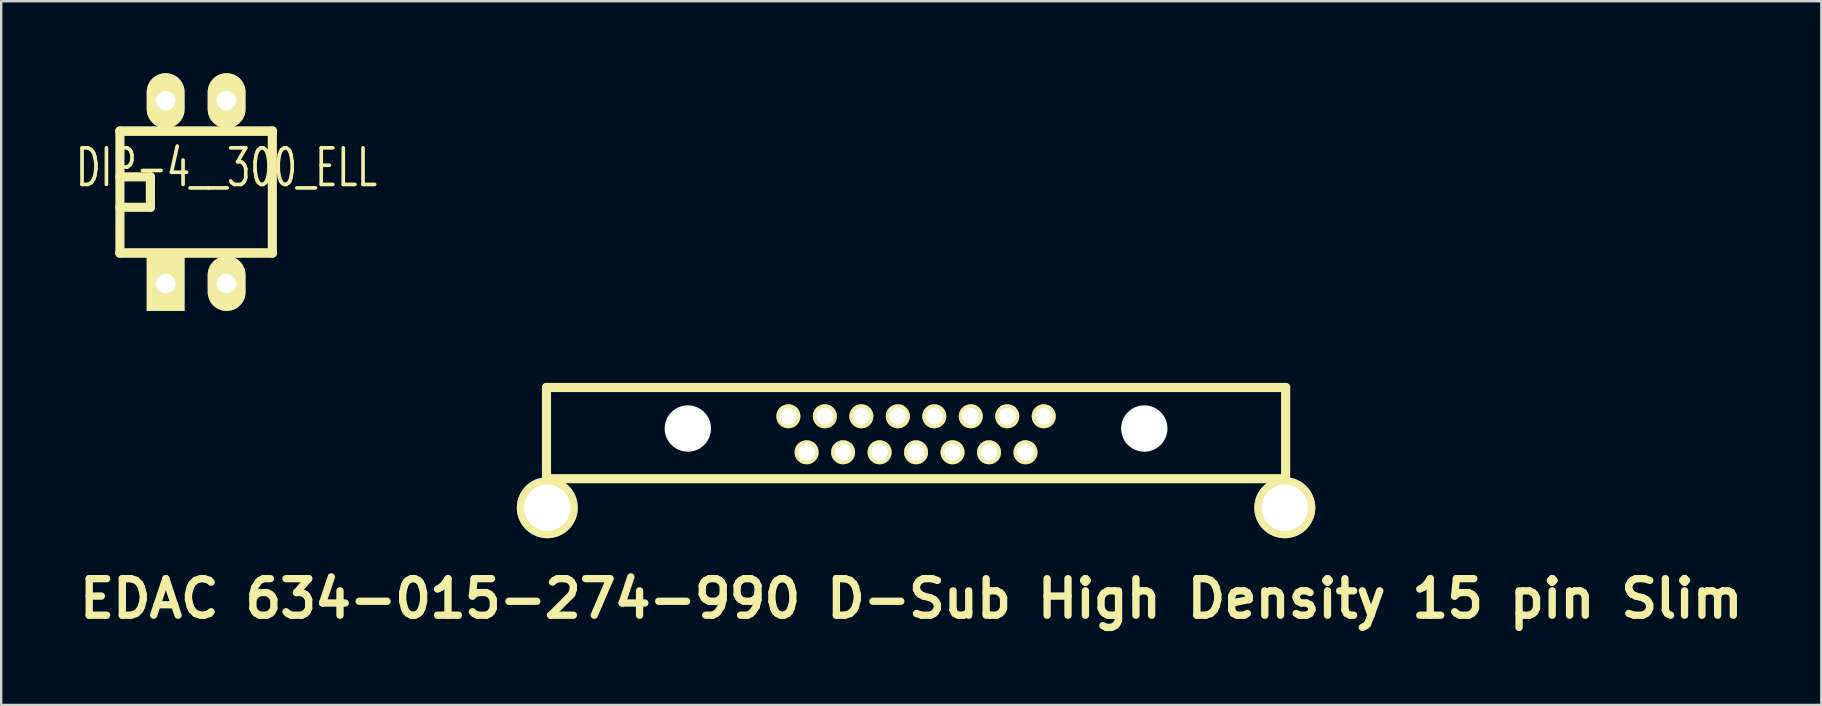
<source format=kicad_pcb>
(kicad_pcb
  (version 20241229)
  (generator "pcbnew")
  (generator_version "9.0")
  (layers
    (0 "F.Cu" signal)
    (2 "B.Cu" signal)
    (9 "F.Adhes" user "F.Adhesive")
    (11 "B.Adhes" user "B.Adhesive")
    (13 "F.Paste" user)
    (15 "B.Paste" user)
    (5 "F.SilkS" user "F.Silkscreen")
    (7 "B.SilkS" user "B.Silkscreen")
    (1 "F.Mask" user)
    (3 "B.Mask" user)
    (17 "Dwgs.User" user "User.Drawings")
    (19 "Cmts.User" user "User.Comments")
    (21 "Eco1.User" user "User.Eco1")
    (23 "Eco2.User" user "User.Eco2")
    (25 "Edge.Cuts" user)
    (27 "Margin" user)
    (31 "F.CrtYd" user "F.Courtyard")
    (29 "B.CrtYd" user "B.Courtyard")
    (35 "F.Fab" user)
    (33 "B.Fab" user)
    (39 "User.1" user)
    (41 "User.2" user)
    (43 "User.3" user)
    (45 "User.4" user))
  (footprint "DIP-4__300_ELL"
    (layer "F.Cu")
    (at 6.392 4.953)
    (property "Reference" "DIP-4__300_ELL" (at 0 -1.016 0) (layer "F.SilkS") (effects (font (size 1.524 1.016) (thickness 0.152))))
    (attr through_hole)
    (fp_line (start -4.445 -2.54) (end 1.905 -2.54) (stroke (width 0.4) (type solid)) (layer "F.SilkS"))
    (fp_line (start -4.445 -0.635) (end -3.175 -0.635) (stroke (width 0.381) (type solid)) (layer "F.SilkS"))
    (fp_line (start -4.445 2.54) (end -4.445 -2.54) (stroke (width 0.381) (type solid)) (layer "F.SilkS"))
    (fp_line (start -3.175 -0.635) (end -3.175 0.635) (stroke (width 0.381) (type solid)) (layer "F.SilkS"))
    (fp_line (start -3.175 0.635) (end -4.445 0.635) (stroke (width 0.381) (type solid)) (layer "F.SilkS"))
    (fp_line (start 1.905 -2.54) (end 1.905 2.54) (stroke (width 0.381) (type solid)) (layer "F.SilkS"))
    (fp_line (start 1.905 2.54) (end -4.445 2.54) (stroke (width 0.4) (type solid)) (layer "F.SilkS"))
    (pad "1" thru_hole rect (at -2.54 3.81) (size 1.575 2.286) (drill 0.813) (layers "*.Cu" "*.Mask" "F.SilkS"))
    (pad "2" thru_hole oval (at 0 3.81) (size 1.575 2.286) (drill 0.813) (layers "*.Cu" "*.Mask" "F.SilkS"))
    (pad "3" thru_hole oval (at 0 -3.81) (size 1.575 2.286) (drill 0.813) (layers "*.Cu" "*.Mask" "F.SilkS"))
    (pad "4" thru_hole oval (at -2.54 -3.81) (size 1.575 2.286) (drill 0.813) (layers "*.Cu" "*.Mask" "F.SilkS")))
  (footprint "EDAC 634-015-274-990 D-Sub High Density 15 pin Slim"
    (layer "F.Cu")
    (at 35.121 14.296)
    (property "Reference" "EDAC 634-015-274-990 D-Sub High Density 15 pin Slim" (at -0.2 7.6 0) (layer "F.SilkS") (effects (font (size 1.524 1.524) (thickness 0.305))))
    (attr through_hole)
    (fp_line (start -15.4 -1.2) (end -15.4 2.6) (stroke (width 0.381) (type solid)) (layer "F.SilkS"))
    (fp_line (start -15.4 2.6) (end 15.4 2.6) (stroke (width 0.381) (type solid)) (layer "F.SilkS"))
    (fp_line (start 15.4 -1.2) (end -15.4 -1.2) (stroke (width 0.381) (type solid)) (layer "F.SilkS"))
    (fp_line (start 15.4 2.6) (end 15.4 -1.2) (stroke (width 0.381) (type solid)) (layer "F.SilkS"))
    (pad "" np_thru_hole circle (at -9.51 0.51) (size 1.93 1.93) (drill 1.93) (layers "*.Cu"))
    (pad "" np_thru_hole circle (at 9.51 0.51) (size 1.93 1.93) (drill 1.93) (layers "*.Cu"))
    (pad "1" thru_hole circle (at -3.8 0) (size 1 1) (drill 0.7) (layers "*.Cu" "*.Mask" "F.SilkS"))
    (pad "2" thru_hole circle (at -1.52 1.5) (size 1 1) (drill 0.7) (layers "*.Cu" "*.Mask" "F.SilkS"))
    (pad "3" thru_hole circle (at 0.76 0) (size 1 1) (drill 0.7) (layers "*.Cu" "*.Mask" "F.SilkS"))
    (pad "4" thru_hole circle (at 3.04 1.5) (size 1 1) (drill 0.7) (layers "*.Cu" "*.Mask" "F.SilkS"))
    (pad "5" thru_hole circle (at 5.32 0) (size 1 1) (drill 0.7) (layers "*.Cu" "*.Mask" "F.SilkS"))
    (pad "6" thru_hole circle (at -5.32 0) (size 1 1) (drill 0.7) (layers "*.Cu" "*.Mask" "F.SilkS"))
    (pad "7" thru_hole circle (at -3.04 1.5) (size 1 1) (drill 0.7) (layers "*.Cu" "*.Mask" "F.SilkS"))
    (pad "8" thru_hole circle (at -0.76 0) (size 1 1) (drill 0.7) (layers "*.Cu" "*.Mask" "F.SilkS"))
    (pad "9" thru_hole circle (at 1.52 1.5) (size 1 1) (drill 0.7) (layers "*.Cu" "*.Mask" "F.SilkS"))
    (pad "10" thru_hole circle (at 3.8 0) (size 1 1) (drill 0.7) (layers "*.Cu" "*.Mask" "F.SilkS"))
    (pad "11" thru_hole circle (at -4.56 1.5) (size 1 1) (drill 0.7) (layers "*.Cu" "*.Mask" "F.SilkS"))
    (pad "12" thru_hole circle (at -2.28 0) (size 1 1) (drill 0.7) (layers "*.Cu" "*.Mask" "F.SilkS"))
    (pad "13" thru_hole circle (at 0 1.5) (size 1 1) (drill 0.7) (layers "*.Cu" "*.Mask" "F.SilkS"))
    (pad "14" thru_hole circle (at 2.28 0) (size 1 1) (drill 0.7) (layers "*.Cu" "*.Mask" "F.SilkS"))
    (pad "15" thru_hole circle (at 4.56 1.5) (size 1 1) (drill 0.7) (layers "*.Cu" "*.Mask" "F.SilkS"))
    (pad "SH1" thru_hole circle (at -15.365 3.81) (size 2.54 2.54) (drill 1.93) (layers "*.Cu" "*.Mask" "F.SilkS"))
    (pad "SH2" thru_hole circle (at 15.365 3.81) (size 2.54 2.54) (drill 1.93) (layers "*.Cu" "*.Mask" "F.SilkS")))
  (gr_rect
    (start -3 -3)
    (end 72.843 26.323)
    (stroke (width 0.1) (type default))
    (fill no)
    (layer "Edge.Cuts")))
</source>
